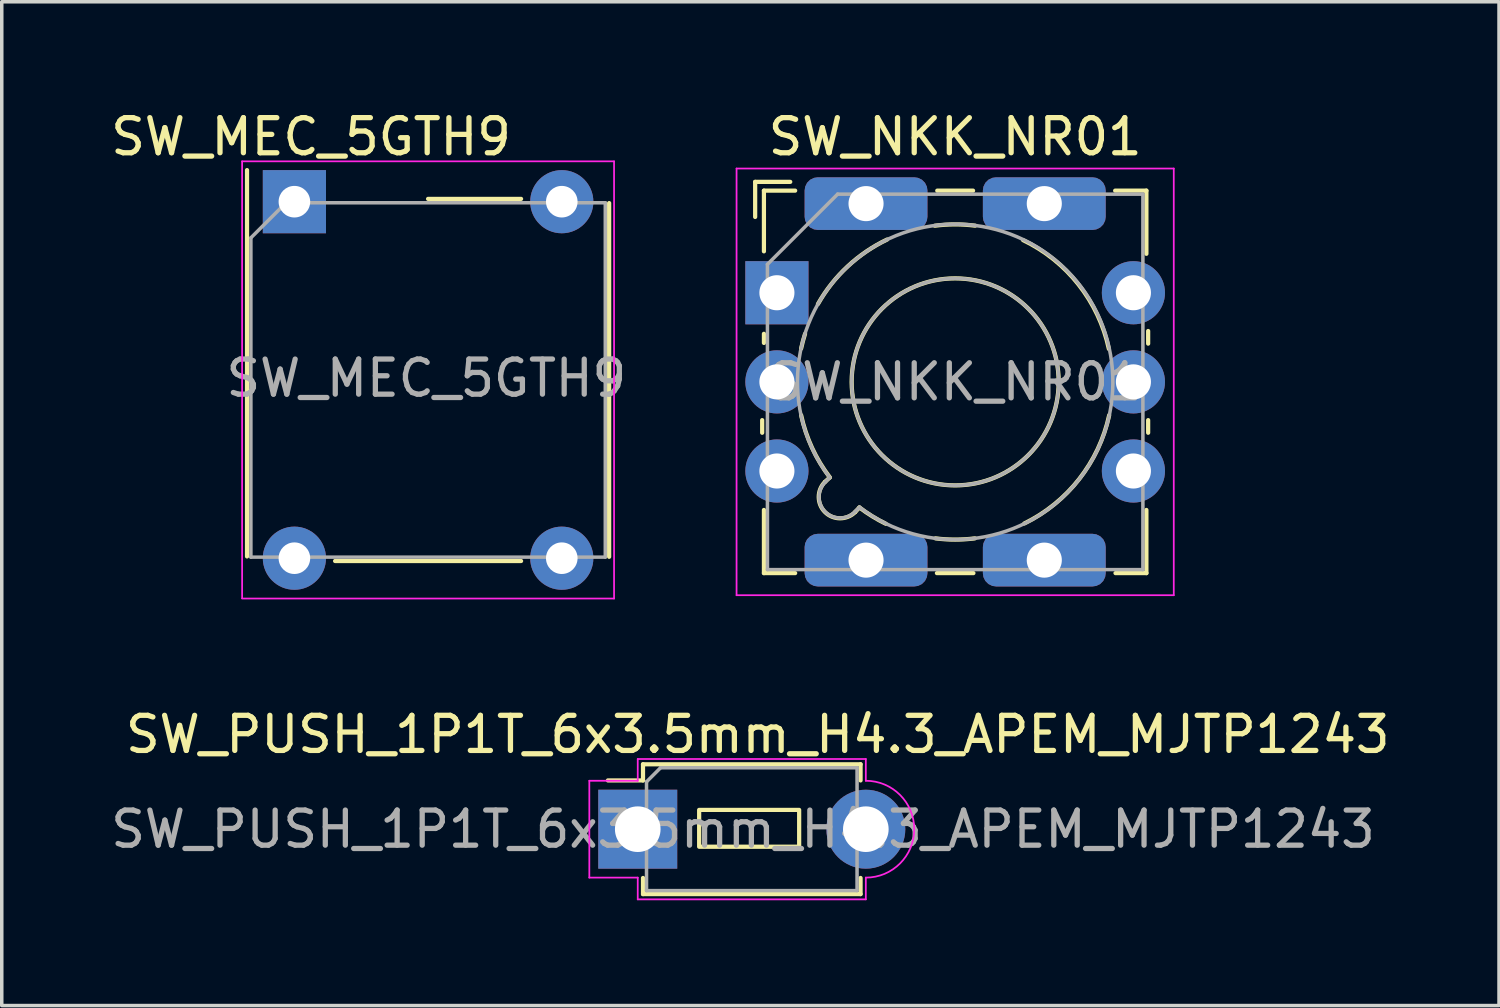
<source format=kicad_pcb>
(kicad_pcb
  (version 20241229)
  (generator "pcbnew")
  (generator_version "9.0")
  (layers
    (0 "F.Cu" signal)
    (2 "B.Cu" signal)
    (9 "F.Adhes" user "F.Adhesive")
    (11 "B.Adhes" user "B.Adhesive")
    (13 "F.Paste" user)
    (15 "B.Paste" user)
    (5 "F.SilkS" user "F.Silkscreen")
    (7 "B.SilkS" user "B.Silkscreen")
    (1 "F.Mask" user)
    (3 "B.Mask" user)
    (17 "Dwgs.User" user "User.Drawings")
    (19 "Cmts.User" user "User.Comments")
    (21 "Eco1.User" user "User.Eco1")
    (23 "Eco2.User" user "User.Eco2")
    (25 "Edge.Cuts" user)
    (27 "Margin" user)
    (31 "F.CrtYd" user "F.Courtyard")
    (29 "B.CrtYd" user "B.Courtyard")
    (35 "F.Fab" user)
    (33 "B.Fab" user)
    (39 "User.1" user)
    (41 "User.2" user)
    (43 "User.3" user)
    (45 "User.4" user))
  (footprint "SW_NKK_NR01"
    (layer "F.Cu")
    (at 19.091 5.293)
    (property "Reference" "SW_NKK_NR01" (at 5.08 -4.445 0) (layer "F.SilkS") (effects (font (size 1 1) (thickness 0.15))))
    (attr through_hole)
    (fp_line (start -0.62 -3.16) (end -0.62 -2.16) (stroke (width 0.12) (type default)) (layer "F.SilkS"))
    (fp_line (start -0.62 -3.16) (end 0.38 -3.16) (stroke (width 0.12) (type default)) (layer "F.SilkS"))
    (fp_line (start -0.42 3.63) (end -0.42 3.99) (stroke (width 0.12) (type default)) (layer "F.SilkS"))
    (fp_line (start -0.37 -2.91) (end 0.52 -2.91) (stroke (width 0.12) (type default)) (layer "F.SilkS"))
    (fp_line (start -0.37 -1.18) (end -0.37 -2.91) (stroke (width 0.12) (type default)) (layer "F.SilkS"))
    (fp_line (start -0.37 1.17) (end -0.37 1.43) (stroke (width 0.12) (type default)) (layer "F.SilkS"))
    (fp_line (start -0.37 7.99) (end -0.37 6.19) (stroke (width 0.12) (type default)) (layer "F.SilkS"))
    (fp_line (start 0.52 7.99) (end -0.37 7.99) (stroke (width 0.12) (type default)) (layer "F.SilkS"))
    (fp_line (start 1.37 5.39) (end 1.5 5.27) (stroke (width 0.12) (type default)) (layer "F.SilkS"))
    (fp_line (start 2.23 6.25) (end 2.35 6.12) (stroke (width 0.12) (type default)) (layer "F.SilkS"))
    (fp_line (start 4.56 7.99) (end 5.6 7.99) (stroke (width 0.12) (type default)) (layer "F.SilkS"))
    (fp_line (start 4.57 -2.91) (end 5.59 -2.91) (stroke (width 0.12) (type default)) (layer "F.SilkS"))
    (fp_line (start 9.64 -2.91) (end 10.53 -2.91) (stroke (width 0.12) (type default)) (layer "F.SilkS"))
    (fp_line (start 9.65 7.99) (end 10.53 7.99) (stroke (width 0.12) (type default)) (layer "F.SilkS"))
    (fp_line (start 10.53 -2.91) (end 10.53 -1.11) (stroke (width 0.12) (type default)) (layer "F.SilkS"))
    (fp_line (start 10.53 7.99) (end 10.53 6.19) (stroke (width 0.12) (type default)) (layer "F.SilkS"))
    (fp_line (start 10.58 1.09) (end 10.58 1.45) (stroke (width 0.12) (type default)) (layer "F.SilkS"))
    (fp_line (start 10.58 3.63) (end 10.58 3.99) (stroke (width 0.12) (type default)) (layer "F.SilkS"))
    (fp_arc (start 0.69 1.59) (mid 0.741029 1.378995) (end 0.802194 1.170702) (stroke (width 0.12) (type default)) (layer "F.SilkS"))
    (fp_arc (start 1.17 0.32) (mid 2.01489 -0.74962) (end 3.141468 -1.516919) (stroke (width 0.12) (type default)) (layer "F.SilkS"))
    (fp_arc (start 1.508995 5.263142) (mid 1.002351 4.421583) (end 0.690799 3.49) (stroke (width 0.12) (type default)) (layer "F.SilkS"))
    (fp_arc (start 2.229999 6.249999) (mid 1.370001 6.249999) (end 1.370001 5.390001) (stroke (width 0.12) (type default)) (layer "F.SilkS"))
    (fp_arc (start 3.103585 6.583585) (mid 2.715769 6.369779) (end 2.350841 6.118895) (stroke (width 0.12) (type default)) (layer "F.SilkS"))
    (fp_arc (start 4.5 -1.909999) (mid 5.074407 -1.947633) (end 5.648907 -1.911431) (stroke (width 0.12) (type default)) (layer "F.SilkS"))
    (fp_arc (start 5.64 7) (mid 5.08 7.03502) (end 4.52 7) (stroke (width 0.12) (type default)) (layer "F.SilkS"))
    (fp_arc (start 7.01527 -1.500125) (mid 8.597573 -0.233907) (end 9.459999 1.6) (stroke (width 0.12) (type default)) (layer "F.SilkS"))
    (fp_arc (start 9.4692 3.49) (mid 8.614855 5.309905) (end 7.052059 6.574669) (stroke (width 0.12) (type default)) (layer "F.SilkS"))
    (fp_circle (center 5.08 2.54) (end 8.03 2.54) (stroke (width 0.12) (type default)) (fill no) (layer "F.SilkS"))
    (fp_line (start -1.15 -3.54) (end 11.31 -3.54) (stroke (width 0.05) (type default)) (layer "F.CrtYd"))
    (fp_line (start -1.15 8.62) (end -1.15 -3.54) (stroke (width 0.05) (type default)) (layer "F.CrtYd"))
    (fp_line (start 11.31 -3.54) (end 11.31 8.62) (stroke (width 0.05) (type default)) (layer "F.CrtYd"))
    (fp_line (start 11.31 8.62) (end -1.15 8.62) (stroke (width 0.05) (type default)) (layer "F.CrtYd"))
    (fp_line (start -0.27 -0.81) (end 1.73 -2.81) (stroke (width 0.1) (type default)) (layer "F.Fab"))
    (fp_line (start -0.27 7.89) (end -0.27 -0.81) (stroke (width 0.1) (type default)) (layer "F.Fab"))
    (fp_line (start 1.506 5.266) (end 1.406 5.366) (stroke (width 0.1) (type default)) (layer "F.Fab"))
    (fp_line (start 1.73 -2.81) (end 10.43 -2.81) (stroke (width 0.1) (type default)) (layer "F.Fab"))
    (fp_line (start 2.254 6.214) (end 2.354 6.114) (stroke (width 0.1) (type default)) (layer "F.Fab"))
    (fp_line (start 10.43 -2.81) (end 10.43 7.89) (stroke (width 0.1) (type default)) (layer "F.Fab"))
    (fp_line (start 10.43 7.89) (end -0.27 7.89) (stroke (width 0.1) (type default)) (layer "F.Fab"))
    (fp_arc (start 1.506372 5.26582) (mid 8.258099 -0.638144) (end 2.354231 6.113667) (stroke (width 0.1) (type default)) (layer "F.Fab"))
    (fp_arc (start 2.25423 6.213668) (mid 1.375326 6.245384) (end 1.405574 5.366428) (stroke (width 0.1) (type default)) (layer "F.Fab"))
    (fp_circle (center 5.08 2.54) (end 8.03 2.54) (stroke (width 0.1) (type default)) (fill no) (layer "F.Fab"))
    (fp_text user "${REFERENCE}" (at 5.08 2.54 0) (layer "F.Fab") (effects (font (size 1 1) (thickness 0.15))))
    (pad "1" thru_hole rect (at 0 0) (size 1.8 1.8) (drill 1) (layers "*.Cu" "*.Mask"))
    (pad "2" thru_hole circle (at 10.16 0) (size 1.8 1.8) (drill 1) (layers "*.Cu" "*.Mask"))
    (pad "3" thru_hole circle (at 10.16 2.54) (size 1.8 1.8) (drill 1) (layers "*.Cu" "*.Mask"))
    (pad "4" thru_hole circle (at 10.16 5.08) (size 1.8 1.8) (drill 1) (layers "*.Cu" "*.Mask"))
    (pad "5" thru_hole circle (at 0 5.08) (size 1.8 1.8) (drill 1) (layers "*.Cu" "*.Mask"))
    (pad "C" thru_hole circle (at 0 2.54) (size 1.8 1.8) (drill 1) (layers "*.Cu" "*.Mask"))
    (pad "MP" thru_hole roundrect (at 2.54 -2.54) (size 3.5 1.5) (drill 1) (layers "*.Cu" "*.Mask") (roundrect_rratio 0.25))
    (pad "MP" thru_hole roundrect (at 2.54 7.62) (size 3.5 1.5) (drill 1) (layers "*.Cu" "*.Mask") (roundrect_rratio 0.25))
    (pad "MP" thru_hole roundrect (at 7.62 -2.54) (size 3.5 1.5) (drill 1) (layers "*.Cu" "*.Mask") (roundrect_rratio 0.25))
    (pad "MP" thru_hole roundrect (at 7.62 7.62) (size 3.5 1.5) (drill 1) (layers "*.Cu" "*.Mask") (roundrect_rratio 0.25)))
  (footprint "SW_MEC_5GTH9"
    (layer "F.Cu")
    (at 5.34 2.698)
    (property "Reference" "SW_MEC_5GTH9" (at 0.475 -1.85 180) (layer "F.SilkS") (effects (font (size 1 1) (thickness 0.15))))
    (attr through_hole)
    (fp_line (start -1.35 -0.9) (end -1.35 10.11) (stroke (width 0.12) (type solid)) (layer "F.SilkS"))
    (fp_line (start 1.16 10.24) (end 6.46 10.24) (stroke (width 0.12) (type solid)) (layer "F.SilkS"))
    (fp_line (start 6.46 -0.08) (end 3.81 -0.08) (stroke (width 0.12) (type solid)) (layer "F.SilkS"))
    (fp_line (start 8.97 0.04) (end 8.97 10.12) (stroke (width 0.12) (type solid)) (layer "F.SilkS"))
    (fp_line (start -1.49 -1.15) (end 9.11 -1.15) (stroke (width 0.05) (type solid)) (layer "F.CrtYd"))
    (fp_line (start -1.49 11.3) (end -1.49 -1.15) (stroke (width 0.05) (type solid)) (layer "F.CrtYd"))
    (fp_line (start 9.11 -1.15) (end 9.11 11.31) (stroke (width 0.05) (type solid)) (layer "F.CrtYd"))
    (fp_line (start 9.11 11.31) (end -1.49 11.31) (stroke (width 0.05) (type solid)) (layer "F.CrtYd"))
    (fp_line (start -1.24 10.13) (end -1.24 1.03) (stroke (width 0.1) (type solid)) (layer "F.Fab"))
    (fp_line (start -0.24 0.03) (end -1.24 1.03) (stroke (width 0.1) (type solid)) (layer "F.Fab"))
    (fp_line (start -0.24 0.03) (end 8.86 0.03) (stroke (width 0.1) (type solid)) (layer "F.Fab"))
    (fp_line (start 8.86 0.03) (end 8.86 10.13) (stroke (width 0.1) (type solid)) (layer "F.Fab"))
    (fp_line (start 8.86 10.13) (end -1.24 10.13) (stroke (width 0.1) (type solid)) (layer "F.Fab"))
    (fp_text user "${REFERENCE}" (at 3.76 5.03 180) (layer "F.Fab") (effects (font (size 1 1) (thickness 0.15))))
    (pad "1" thru_hole rect (at 0 0 90) (size 1.8 1.8) (drill 0.9) (layers "*.Cu" "*.Mask"))
    (pad "1" thru_hole circle (at 0 10.16 90) (size 1.8 1.8) (drill 0.9) (layers "*.Cu" "*.Mask"))
    (pad "2" thru_hole circle (at 7.62 0 90) (size 1.8 1.8) (drill 0.9) (layers "*.Cu" "*.Mask"))
    (pad "2" thru_hole circle (at 7.62 10.16 90) (size 1.8 1.8) (drill 0.9) (layers "*.Cu" "*.Mask")))
  (footprint "SW_PUSH_1P1T_6x3.5mm_H4.3_APEM_MJTP1243"
    (layer "F.Cu")
    (at 15.125 20.581)
    (property "Reference" "SW_PUSH_1P1T_6x3.5mm_H4.3_APEM_MJTP1243" (at 3.42 -2.7 0) (layer "F.SilkS") (effects (font (size 1 1) (thickness 0.15))))
    (attr through_hole)
    (fp_line (start 0.15 -1.85) (end 0.15 -1.39) (stroke (width 0.12) (type default)) (layer "F.SilkS"))
    (fp_line (start 0.15 -1.39) (end -0.85 -1.39) (stroke (width 0.12) (type default)) (layer "F.SilkS"))
    (fp_line (start 0.15 1.39) (end 0.15 1.85) (stroke (width 0.12) (type solid)) (layer "F.SilkS"))
    (fp_line (start 0.15 1.85) (end 6.35 1.85) (stroke (width 0.12) (type solid)) (layer "F.SilkS"))
    (fp_line (start 6.35 -1.85) (end 0.15 -1.85) (stroke (width 0.12) (type solid)) (layer "F.SilkS"))
    (fp_line (start 6.35 -1.85) (end 6.35 -1.39) (stroke (width 0.12) (type solid)) (layer "F.SilkS"))
    (fp_line (start 6.35 1.39) (end 6.35 1.85) (stroke (width 0.12) (type solid)) (layer "F.SilkS"))
    (fp_rect (start 1.75 -0.55) (end 4.6 0.5) (stroke (width 0.12) (type default)) (fill no) (layer "F.SilkS"))
    (fp_line (start -1.38 -1.38) (end 0 -1.38) (stroke (width 0.05) (type default)) (layer "F.CrtYd"))
    (fp_line (start -1.38 1.38) (end -1.38 -1.38) (stroke (width 0.05) (type solid)) (layer "F.CrtYd"))
    (fp_line (start -1.38 1.38) (end 0 1.38) (stroke (width 0.05) (type default)) (layer "F.CrtYd"))
    (fp_line (start 0 -2) (end 0 -1.38) (stroke (width 0.05) (type default)) (layer "F.CrtYd"))
    (fp_line (start 0 -2) (end 6.5 -2) (stroke (width 0.05) (type solid)) (layer "F.CrtYd"))
    (fp_line (start 0 1.38) (end 0 2) (stroke (width 0.05) (type default)) (layer "F.CrtYd"))
    (fp_line (start 6.5 -2) (end 6.5 -1.38) (stroke (width 0.05) (type default)) (layer "F.CrtYd"))
    (fp_line (start 6.5 1.38) (end 6.5 2) (stroke (width 0.05) (type default)) (layer "F.CrtYd"))
    (fp_line (start 6.5 2) (end 0 2) (stroke (width 0.05) (type solid)) (layer "F.CrtYd"))
    (fp_arc (start 6.5 -1.38) (mid 7.88 0) (end 6.5 1.38) (stroke (width 0.05) (type default)) (layer "F.CrtYd"))
    (fp_line (start 0.25 1.75) (end 0.25 -1.35) (stroke (width 0.1) (type solid)) (layer "F.Fab"))
    (fp_line (start 0.65 -1.75) (end 0.25 -1.35) (stroke (width 0.1) (type default)) (layer "F.Fab"))
    (fp_line (start 0.65 -1.75) (end 6.25 -1.75) (stroke (width 0.1) (type solid)) (layer "F.Fab"))
    (fp_line (start 6.25 -1.75) (end 6.25 1.75) (stroke (width 0.1) (type solid)) (layer "F.Fab"))
    (fp_line (start 6.25 1.75) (end 0.25 1.75) (stroke (width 0.1) (type solid)) (layer "F.Fab"))
    (fp_text user "${REFERENCE}" (at 3 0 0) (layer "F.Fab") (effects (font (size 1 1) (thickness 0.15))))
    (pad "1" thru_hole rect (at 0 0 90) (size 2.25 2.25) (drill 1.3) (layers "*.Cu" "*.Mask"))
    (pad "2" thru_hole circle (at 6.5 0 90) (size 2.25 2.25) (drill 1.3) (layers "*.Cu" "*.Mask")))
  (gr_rect
    (start -3 -3)
    (end 39.67 25.607)
    (stroke (width 0.1) (type default))
    (fill no)
    (layer "Edge.Cuts")))
</source>
